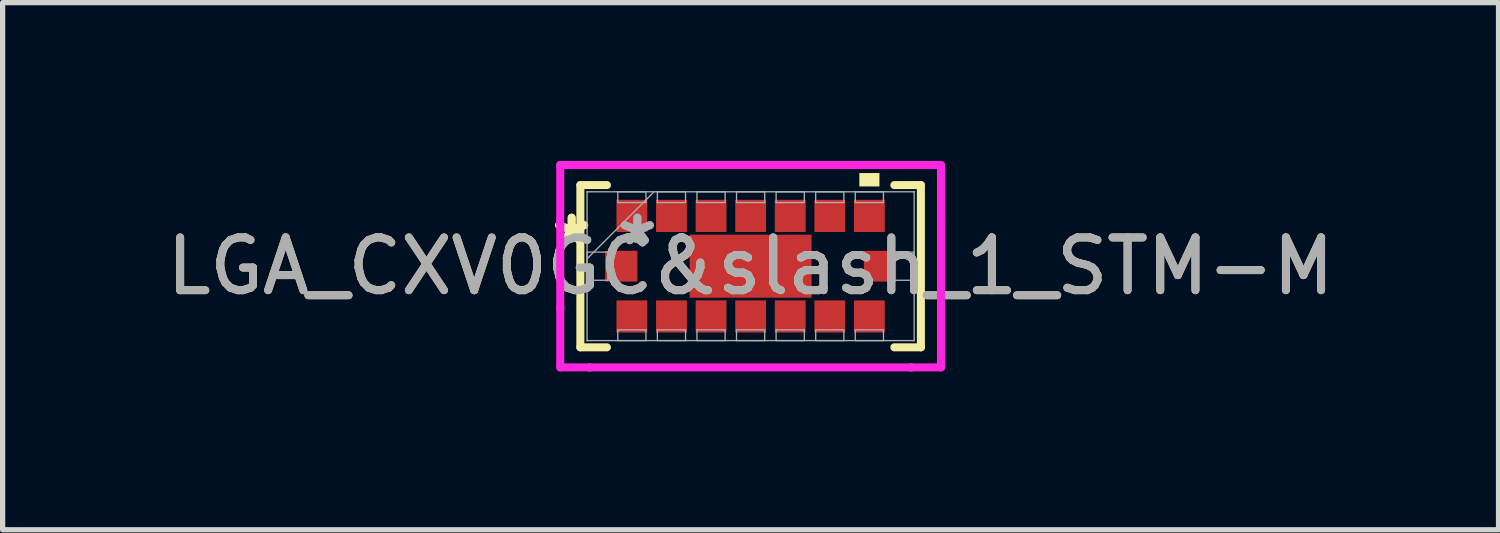
<source format=kicad_pcb>
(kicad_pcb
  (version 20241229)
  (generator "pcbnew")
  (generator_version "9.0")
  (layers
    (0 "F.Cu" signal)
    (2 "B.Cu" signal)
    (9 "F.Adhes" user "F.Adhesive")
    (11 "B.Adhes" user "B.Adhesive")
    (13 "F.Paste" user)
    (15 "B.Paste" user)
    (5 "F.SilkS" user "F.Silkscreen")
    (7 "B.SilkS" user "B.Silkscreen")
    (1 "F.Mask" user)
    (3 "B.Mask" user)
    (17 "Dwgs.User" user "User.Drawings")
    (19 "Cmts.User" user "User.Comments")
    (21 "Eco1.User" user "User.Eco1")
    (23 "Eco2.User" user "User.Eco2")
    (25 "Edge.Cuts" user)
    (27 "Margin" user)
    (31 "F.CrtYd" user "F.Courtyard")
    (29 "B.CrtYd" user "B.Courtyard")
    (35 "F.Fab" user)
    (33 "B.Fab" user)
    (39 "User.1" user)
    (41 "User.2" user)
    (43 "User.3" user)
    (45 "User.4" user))
  (footprint "LGA_CXV0GC&slash_1_STM-M"
    (layer "F.Cu")
    (at 11.173 1.994)
    (property "Reference" "LGA_CXV0GC&slash_1_STM-M" (at 0 0 0) (unlocked yes) (layer "F.SilkS") (effects (font (size 1 1) (thickness 0.15))))
    (attr smd)
    (fp_line (start -3.226 -1.537) (end -3.226 1.537) (stroke (width 0.152) (type solid)) (layer "F.SilkS"))
    (fp_line (start -3.226 1.537) (end -2.723 1.537) (stroke (width 0.152) (type solid)) (layer "F.SilkS"))
    (fp_line (start -2.723 -1.537) (end -3.226 -1.537) (stroke (width 0.152) (type solid)) (layer "F.SilkS"))
    (fp_line (start 2.723 1.537) (end 3.226 1.537) (stroke (width 0.152) (type solid)) (layer "F.SilkS"))
    (fp_line (start 3.226 -1.537) (end 2.723 -1.537) (stroke (width 0.152) (type solid)) (layer "F.SilkS"))
    (fp_line (start 3.226 1.537) (end 3.226 -1.537) (stroke (width 0.152) (type solid)) (layer "F.SilkS"))
    (fp_poly (pts (xy 2.06 -1.511) (xy 2.06 -1.765) (xy 2.441 -1.765) (xy 2.441 -1.511)) (stroke (width 0) (type solid)) (fill yes) (layer "F.SilkS"))
    (fp_line (start -3.607 -1.918) (end -3.05 -1.918) (stroke (width 0.152) (type solid)) (layer "F.CrtYd"))
    (fp_line (start -3.607 -0.8) (end -3.607 -1.918) (stroke (width 0.152) (type solid)) (layer "F.CrtYd"))
    (fp_line (start -3.607 -0.8) (end -3.607 -0.8) (stroke (width 0.152) (type solid)) (layer "F.CrtYd"))
    (fp_line (start -3.607 0.8) (end -3.607 -0.8) (stroke (width 0.152) (type solid)) (layer "F.CrtYd"))
    (fp_line (start -3.607 0.8) (end -3.607 0.8) (stroke (width 0.152) (type solid)) (layer "F.CrtYd"))
    (fp_line (start -3.607 1.918) (end -3.607 0.8) (stroke (width 0.152) (type solid)) (layer "F.CrtYd"))
    (fp_line (start -3.05 -1.918) (end -3.05 -1.918) (stroke (width 0.152) (type solid)) (layer "F.CrtYd"))
    (fp_line (start -3.05 -1.918) (end 3.05 -1.918) (stroke (width 0.152) (type solid)) (layer "F.CrtYd"))
    (fp_line (start -3.05 1.918) (end -3.607 1.918) (stroke (width 0.152) (type solid)) (layer "F.CrtYd"))
    (fp_line (start -3.05 1.918) (end -3.05 1.918) (stroke (width 0.152) (type solid)) (layer "F.CrtYd"))
    (fp_line (start 3.05 -1.918) (end 3.05 -1.918) (stroke (width 0.152) (type solid)) (layer "F.CrtYd"))
    (fp_line (start 3.05 -1.918) (end 3.607 -1.918) (stroke (width 0.152) (type solid)) (layer "F.CrtYd"))
    (fp_line (start 3.05 1.918) (end -3.05 1.918) (stroke (width 0.152) (type solid)) (layer "F.CrtYd"))
    (fp_line (start 3.05 1.918) (end 3.05 1.918) (stroke (width 0.152) (type solid)) (layer "F.CrtYd"))
    (fp_line (start 3.607 -1.918) (end 3.607 -0.8) (stroke (width 0.152) (type solid)) (layer "F.CrtYd"))
    (fp_line (start 3.607 -0.8) (end 3.607 -0.8) (stroke (width 0.152) (type solid)) (layer "F.CrtYd"))
    (fp_line (start 3.607 -0.8) (end 3.607 0.8) (stroke (width 0.152) (type solid)) (layer "F.CrtYd"))
    (fp_line (start 3.607 0.8) (end 3.607 0.8) (stroke (width 0.152) (type solid)) (layer "F.CrtYd"))
    (fp_line (start 3.607 0.8) (end 3.607 1.918) (stroke (width 0.152) (type solid)) (layer "F.CrtYd"))
    (fp_line (start 3.607 1.918) (end 3.05 1.918) (stroke (width 0.152) (type solid)) (layer "F.CrtYd"))
    (fp_line (start -3.099 -1.41) (end -3.099 -1.41) (stroke (width 0.025) (type solid)) (layer "F.Fab"))
    (fp_line (start -3.099 -1.41) (end -3.099 1.41) (stroke (width 0.025) (type solid)) (layer "F.Fab"))
    (fp_line (start -3.099 -0.267) (end -2.705 -0.267) (stroke (width 0.025) (type solid)) (layer "F.Fab"))
    (fp_line (start -3.099 -0.14) (end -1.829 -1.41) (stroke (width 0.025) (type solid)) (layer "F.Fab"))
    (fp_line (start -3.099 0.267) (end -3.099 -0.267) (stroke (width 0.025) (type solid)) (layer "F.Fab"))
    (fp_line (start -3.099 1.41) (end -3.099 1.41) (stroke (width 0.025) (type solid)) (layer "F.Fab"))
    (fp_line (start -3.099 1.41) (end 3.099 1.41) (stroke (width 0.025) (type solid)) (layer "F.Fab"))
    (fp_line (start -2.705 -0.267) (end -2.705 0.267) (stroke (width 0.025) (type solid)) (layer "F.Fab"))
    (fp_line (start -2.705 0.267) (end -3.099 0.267) (stroke (width 0.025) (type solid)) (layer "F.Fab"))
    (fp_line (start -2.517 -1.41) (end -1.983 -1.41) (stroke (width 0.025) (type solid)) (layer "F.Fab"))
    (fp_line (start -2.517 -1.206) (end -2.517 -1.41) (stroke (width 0.025) (type solid)) (layer "F.Fab"))
    (fp_line (start -2.517 1.206) (end -1.983 1.206) (stroke (width 0.025) (type solid)) (layer "F.Fab"))
    (fp_line (start -2.517 1.41) (end -2.517 1.206) (stroke (width 0.025) (type solid)) (layer "F.Fab"))
    (fp_line (start -1.983 -1.41) (end -1.983 -1.206) (stroke (width 0.025) (type solid)) (layer "F.Fab"))
    (fp_line (start -1.983 -1.206) (end -2.517 -1.206) (stroke (width 0.025) (type solid)) (layer "F.Fab"))
    (fp_line (start -1.983 1.206) (end -1.983 1.41) (stroke (width 0.025) (type solid)) (layer "F.Fab"))
    (fp_line (start -1.983 1.41) (end -2.517 1.41) (stroke (width 0.025) (type solid)) (layer "F.Fab"))
    (fp_line (start -1.767 -1.41) (end -1.233 -1.41) (stroke (width 0.025) (type solid)) (layer "F.Fab"))
    (fp_line (start -1.767 -1.206) (end -1.767 -1.41) (stroke (width 0.025) (type solid)) (layer "F.Fab"))
    (fp_line (start -1.767 1.206) (end -1.233 1.206) (stroke (width 0.025) (type solid)) (layer "F.Fab"))
    (fp_line (start -1.767 1.41) (end -1.767 1.206) (stroke (width 0.025) (type solid)) (layer "F.Fab"))
    (fp_line (start -1.233 -1.41) (end -1.233 -1.206) (stroke (width 0.025) (type solid)) (layer "F.Fab"))
    (fp_line (start -1.233 -1.206) (end -1.767 -1.206) (stroke (width 0.025) (type solid)) (layer "F.Fab"))
    (fp_line (start -1.233 1.206) (end -1.233 1.41) (stroke (width 0.025) (type solid)) (layer "F.Fab"))
    (fp_line (start -1.233 1.41) (end -1.767 1.41) (stroke (width 0.025) (type solid)) (layer "F.Fab"))
    (fp_line (start -1.017 -1.41) (end -0.483 -1.41) (stroke (width 0.025) (type solid)) (layer "F.Fab"))
    (fp_line (start -1.017 -1.206) (end -1.017 -1.41) (stroke (width 0.025) (type solid)) (layer "F.Fab"))
    (fp_line (start -1.017 1.206) (end -0.483 1.206) (stroke (width 0.025) (type solid)) (layer "F.Fab"))
    (fp_line (start -1.017 1.41) (end -1.017 1.206) (stroke (width 0.025) (type solid)) (layer "F.Fab"))
    (fp_line (start -0.483 -1.41) (end -0.483 -1.206) (stroke (width 0.025) (type solid)) (layer "F.Fab"))
    (fp_line (start -0.483 -1.206) (end -1.017 -1.206) (stroke (width 0.025) (type solid)) (layer "F.Fab"))
    (fp_line (start -0.483 1.206) (end -0.483 1.41) (stroke (width 0.025) (type solid)) (layer "F.Fab"))
    (fp_line (start -0.483 1.41) (end -1.017 1.41) (stroke (width 0.025) (type solid)) (layer "F.Fab"))
    (fp_line (start -0.267 -1.41) (end 0.267 -1.41) (stroke (width 0.025) (type solid)) (layer "F.Fab"))
    (fp_line (start -0.267 -1.206) (end -0.267 -1.41) (stroke (width 0.025) (type solid)) (layer "F.Fab"))
    (fp_line (start -0.267 1.206) (end 0.267 1.206) (stroke (width 0.025) (type solid)) (layer "F.Fab"))
    (fp_line (start -0.267 1.41) (end -0.267 1.206) (stroke (width 0.025) (type solid)) (layer "F.Fab"))
    (fp_line (start 0.267 -1.41) (end 0.267 -1.206) (stroke (width 0.025) (type solid)) (layer "F.Fab"))
    (fp_line (start 0.267 -1.206) (end -0.267 -1.206) (stroke (width 0.025) (type solid)) (layer "F.Fab"))
    (fp_line (start 0.267 1.206) (end 0.267 1.41) (stroke (width 0.025) (type solid)) (layer "F.Fab"))
    (fp_line (start 0.267 1.41) (end -0.267 1.41) (stroke (width 0.025) (type solid)) (layer "F.Fab"))
    (fp_line (start 0.483 -1.41) (end 1.017 -1.41) (stroke (width 0.025) (type solid)) (layer "F.Fab"))
    (fp_line (start 0.483 -1.206) (end 0.483 -1.41) (stroke (width 0.025) (type solid)) (layer "F.Fab"))
    (fp_line (start 0.483 1.206) (end 1.017 1.206) (stroke (width 0.025) (type solid)) (layer "F.Fab"))
    (fp_line (start 0.483 1.41) (end 0.483 1.206) (stroke (width 0.025) (type solid)) (layer "F.Fab"))
    (fp_line (start 1.017 -1.41) (end 1.017 -1.206) (stroke (width 0.025) (type solid)) (layer "F.Fab"))
    (fp_line (start 1.017 -1.206) (end 0.483 -1.206) (stroke (width 0.025) (type solid)) (layer "F.Fab"))
    (fp_line (start 1.017 1.206) (end 1.017 1.41) (stroke (width 0.025) (type solid)) (layer "F.Fab"))
    (fp_line (start 1.017 1.41) (end 0.483 1.41) (stroke (width 0.025) (type solid)) (layer "F.Fab"))
    (fp_line (start 1.233 -1.41) (end 1.767 -1.41) (stroke (width 0.025) (type solid)) (layer "F.Fab"))
    (fp_line (start 1.233 -1.206) (end 1.233 -1.41) (stroke (width 0.025) (type solid)) (layer "F.Fab"))
    (fp_line (start 1.233 1.206) (end 1.767 1.206) (stroke (width 0.025) (type solid)) (layer "F.Fab"))
    (fp_line (start 1.233 1.41) (end 1.233 1.206) (stroke (width 0.025) (type solid)) (layer "F.Fab"))
    (fp_line (start 1.767 -1.41) (end 1.767 -1.206) (stroke (width 0.025) (type solid)) (layer "F.Fab"))
    (fp_line (start 1.767 -1.206) (end 1.233 -1.206) (stroke (width 0.025) (type solid)) (layer "F.Fab"))
    (fp_line (start 1.767 1.206) (end 1.767 1.41) (stroke (width 0.025) (type solid)) (layer "F.Fab"))
    (fp_line (start 1.767 1.41) (end 1.233 1.41) (stroke (width 0.025) (type solid)) (layer "F.Fab"))
    (fp_line (start 1.983 -1.41) (end 2.517 -1.41) (stroke (width 0.025) (type solid)) (layer "F.Fab"))
    (fp_line (start 1.983 -1.206) (end 1.983 -1.41) (stroke (width 0.025) (type solid)) (layer "F.Fab"))
    (fp_line (start 1.983 1.206) (end 2.517 1.206) (stroke (width 0.025) (type solid)) (layer "F.Fab"))
    (fp_line (start 1.983 1.41) (end 1.983 1.206) (stroke (width 0.025) (type solid)) (layer "F.Fab"))
    (fp_line (start 2.517 -1.41) (end 2.517 -1.206) (stroke (width 0.025) (type solid)) (layer "F.Fab"))
    (fp_line (start 2.517 -1.206) (end 1.983 -1.206) (stroke (width 0.025) (type solid)) (layer "F.Fab"))
    (fp_line (start 2.517 1.206) (end 2.517 1.41) (stroke (width 0.025) (type solid)) (layer "F.Fab"))
    (fp_line (start 2.517 1.41) (end 1.983 1.41) (stroke (width 0.025) (type solid)) (layer "F.Fab"))
    (fp_line (start 2.705 -0.267) (end 3.099 -0.267) (stroke (width 0.025) (type solid)) (layer "F.Fab"))
    (fp_line (start 2.705 0.267) (end 2.705 -0.267) (stroke (width 0.025) (type solid)) (layer "F.Fab"))
    (fp_line (start 3.099 -1.41) (end -3.099 -1.41) (stroke (width 0.025) (type solid)) (layer "F.Fab"))
    (fp_line (start 3.099 -1.41) (end 3.099 -1.41) (stroke (width 0.025) (type solid)) (layer "F.Fab"))
    (fp_line (start 3.099 -0.267) (end 3.099 0.267) (stroke (width 0.025) (type solid)) (layer "F.Fab"))
    (fp_line (start 3.099 0.267) (end 2.705 0.267) (stroke (width 0.025) (type solid)) (layer "F.Fab"))
    (fp_line (start 3.099 1.41) (end 3.099 -1.41) (stroke (width 0.025) (type solid)) (layer "F.Fab"))
    (fp_line (start 3.099 1.41) (end 3.099 1.41) (stroke (width 0.025) (type solid)) (layer "F.Fab"))
    (fp_text user "*" (at -3.391 -0.375 0) (layer "F.SilkS") (effects (font (size 1 1) (thickness 0.15))))
    (fp_text user "*" (at -3.391 -0.375 0) (unlocked yes) (layer "F.SilkS") (effects (font (size 1 1) (thickness 0.15))))
    (fp_text user "*" (at -2.146 -0.375 0) (unlocked yes) (layer "F.Fab") (effects (font (size 1 1) (thickness 0.15))))
    (fp_text user "*" (at -2.146 -0.375 0) (layer "F.Fab") (effects (font (size 1 1) (thickness 0.15))))
    (fp_text user "${REFERENCE}" (at 0 0 0) (unlocked yes) (layer "F.Fab") (effects (font (size 1 1) (thickness 0.15))))
    (pad "17" smd rect (at 0 0) (size 2.311 1.194) (layers "F.Cu" "F.Mask" "F.Paste"))
    (pad "A1" smd rect (at -2.25 -0.953) (size 0.584 0.61) (layers "F.Cu" "F.Mask" "F.Paste"))
    (pad "A2" smd rect (at -1.5 -0.953) (size 0.584 0.61) (layers "F.Cu" "F.Mask" "F.Paste"))
    (pad "A3" smd rect (at -0.75 -0.953) (size 0.584 0.61) (layers "F.Cu" "F.Mask" "F.Paste"))
    (pad "A4" smd rect (at 0 -0.953) (size 0.584 0.61) (layers "F.Cu" "F.Mask" "F.Paste"))
    (pad "A5" smd rect (at 0.75 -0.953) (size 0.584 0.61) (layers "F.Cu" "F.Mask" "F.Paste"))
    (pad "A6" smd rect (at 1.5 -0.953) (size 0.584 0.61) (layers "F.Cu" "F.Mask" "F.Paste"))
    (pad "A7" smd rect (at 2.25 -0.953) (size 0.584 0.61) (layers "F.Cu" "F.Mask" "F.Paste"))
    (pad "B1" smd rect (at -2.451 0 90) (size 0.584 0.61) (layers "F.Cu" "F.Mask" "F.Paste"))
    (pad "B7" smd rect (at 2.451 0 90) (size 0.584 0.61) (layers "F.Cu" "F.Mask" "F.Paste"))
    (pad "C1" smd rect (at -2.25 0.953) (size 0.584 0.61) (layers "F.Cu" "F.Mask" "F.Paste"))
    (pad "C2" smd rect (at -1.5 0.953) (size 0.584 0.61) (layers "F.Cu" "F.Mask" "F.Paste"))
    (pad "C3" smd rect (at -0.75 0.953) (size 0.584 0.61) (layers "F.Cu" "F.Mask" "F.Paste"))
    (pad "C4" smd rect (at 0 0.953) (size 0.584 0.61) (layers "F.Cu" "F.Mask" "F.Paste"))
    (pad "C5" smd rect (at 0.75 0.953) (size 0.584 0.61) (layers "F.Cu" "F.Mask" "F.Paste"))
    (pad "C6" smd rect (at 1.5 0.953) (size 0.584 0.61) (layers "F.Cu" "F.Mask" "F.Paste"))
    (pad "C7" smd rect (at 2.25 0.953) (size 0.584 0.61) (layers "F.Cu" "F.Mask" "F.Paste")))
  (gr_rect
    (start -3 -3)
    (end 25.345 6.988)
    (stroke (width 0.1) (type default))
    (fill no)
    (layer "Edge.Cuts")))
</source>
